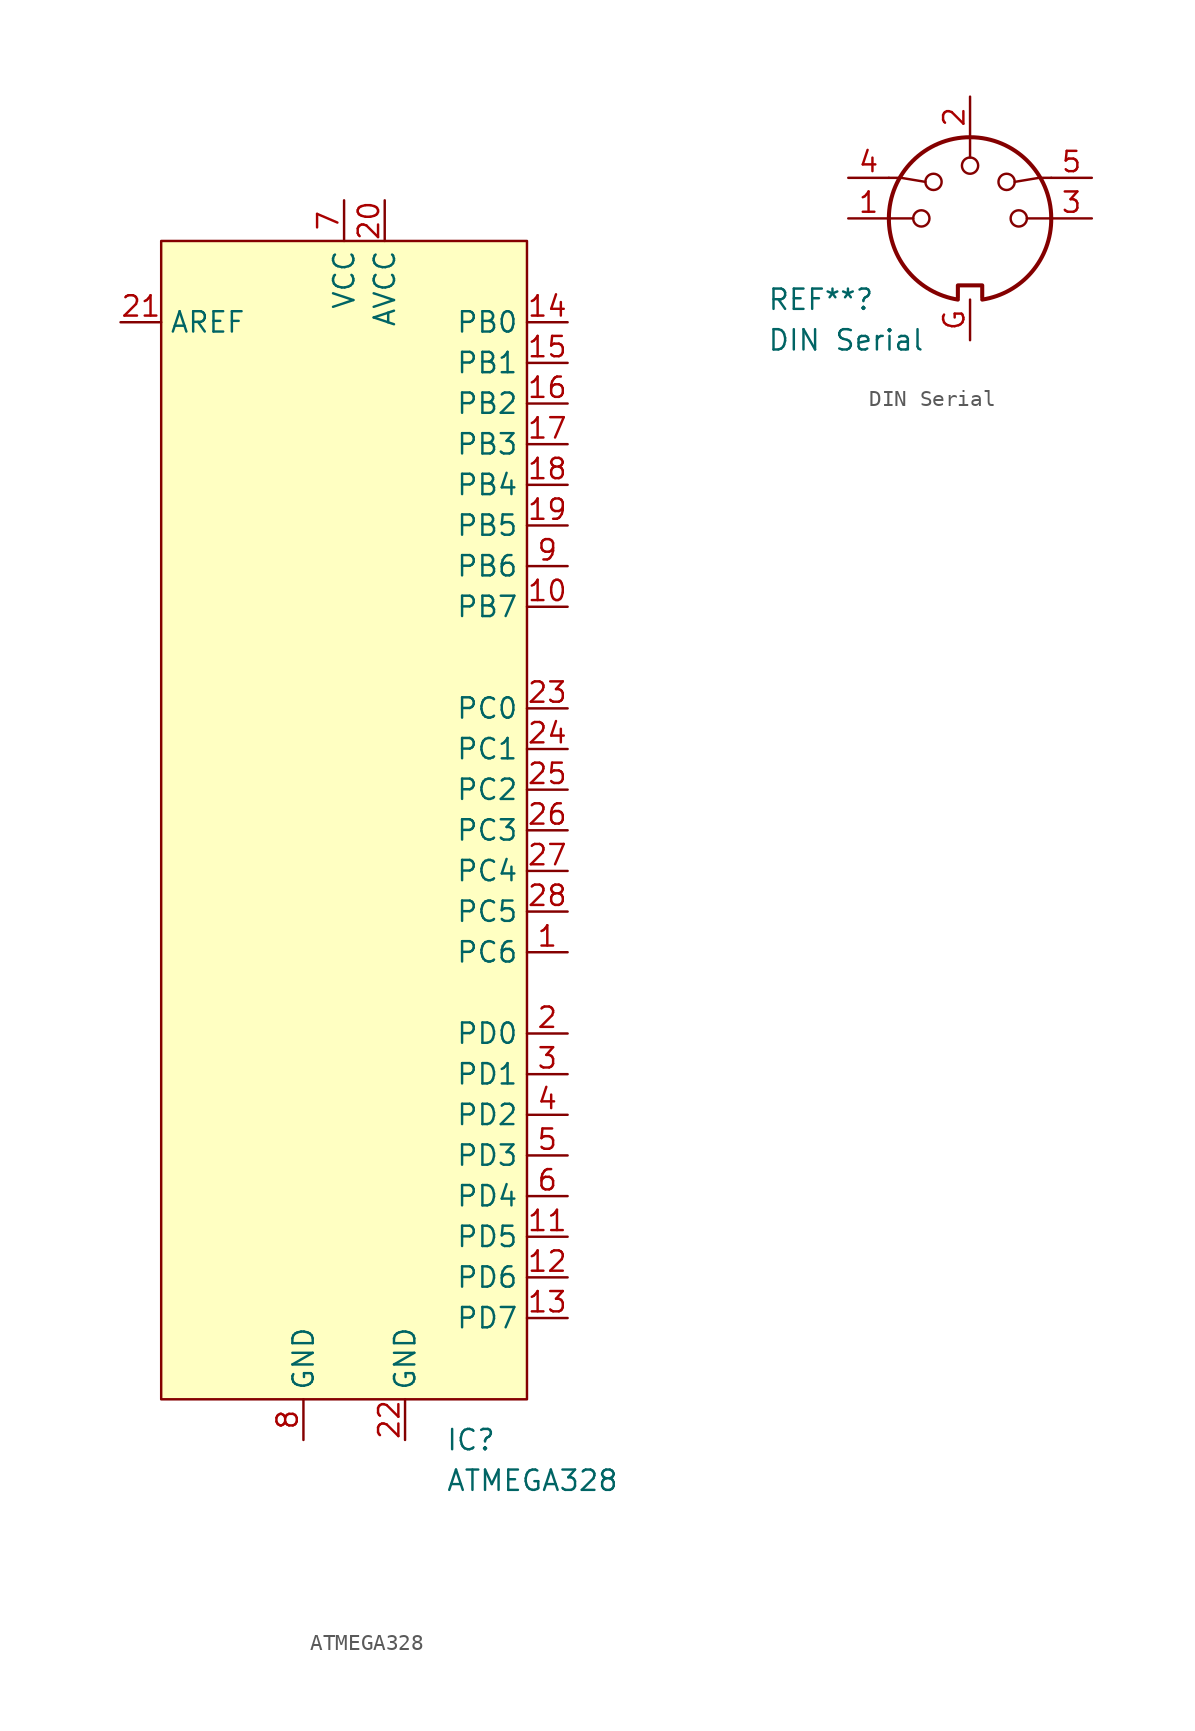
<source format=kicad_sym>
(kicad_symbol_lib
  (version 20231120)
  (generator "kicad_symbol_editor")
  (generator_version "8.0")
  (symbol "ATMEGA328"
    (property "Reference" "IC"
      (at 6.35 -38.1 0)
      (effects (font (size 1.27 1.27)) (justify left)))
    (property "Value" "ATMEGA328"
      (at 6.35 -40.64 0)
      (effects (font (size 1.27 1.27)) (justify left)))
    (symbol "ATMEGA328_0_0"
      (pin bidirectional line (at 13.97 -7.62 180) (length 2.54) (name "PC6" (effects (font (size 1.27 1.27)))) (number "1" (effects (font (size 1.27 1.27)))))
      (pin bidirectional line (at 13.97 13.97 180) (length 2.54) (name "PB7" (effects (font (size 1.27 1.27)))) (number "10" (effects (font (size 1.27 1.27)))))
      (pin bidirectional line (at 13.97 -25.4 180) (length 2.54) (name "PD5" (effects (font (size 1.27 1.27)))) (number "11" (effects (font (size 1.27 1.27)))))
      (pin bidirectional line (at 13.97 -27.94 180) (length 2.54) (name "PD6" (effects (font (size 1.27 1.27)))) (number "12" (effects (font (size 1.27 1.27)))))
      (pin bidirectional line (at 13.97 -30.48 180) (length 2.54) (name "PD7" (effects (font (size 1.27 1.27)))) (number "13" (effects (font (size 1.27 1.27)))))
      (pin bidirectional line (at 13.97 31.75 180) (length 2.54) (name "PB0" (effects (font (size 1.27 1.27)))) (number "14" (effects (font (size 1.27 1.27)))))
      (pin bidirectional line (at 13.97 29.21 180) (length 2.54) (name "PB1" (effects (font (size 1.27 1.27)))) (number "15" (effects (font (size 1.27 1.27)))))
      (pin bidirectional line (at 13.97 26.67 180) (length 2.54) (name "PB2" (effects (font (size 1.27 1.27)))) (number "16" (effects (font (size 1.27 1.27)))))
      (pin bidirectional line (at 13.97 24.13 180) (length 2.54) (name "PB3" (effects (font (size 1.27 1.27)))) (number "17" (effects (font (size 1.27 1.27)))))
      (pin bidirectional line (at 13.97 21.59 180) (length 2.54) (name "PB4" (effects (font (size 1.27 1.27)))) (number "18" (effects (font (size 1.27 1.27)))))
      (pin bidirectional line (at 13.97 19.05 180) (length 2.54) (name "PB5" (effects (font (size 1.27 1.27)))) (number "19" (effects (font (size 1.27 1.27)))))
      (pin bidirectional line (at 13.97 -12.7 180) (length 2.54) (name "PD0" (effects (font (size 1.27 1.27)))) (number "2" (effects (font (size 1.27 1.27)))))
      (pin power_in line (at 2.54 39.37 270) (length 2.54) (name "AVCC" (effects (font (size 1.27 1.27)))) (number "20" (effects (font (size 1.27 1.27)))))
      (pin passive line (at -13.97 31.75 0) (length 2.54) (name "AREF" (effects (font (size 1.27 1.27)))) (number "21" (effects (font (size 1.27 1.27)))))
      (pin power_in line (at 3.81 -38.1 90) (length 2.54) (name "GND" (effects (font (size 1.27 1.27)))) (number "22" (effects (font (size 1.27 1.27)))))
      (pin bidirectional line (at 13.97 7.62 180) (length 2.54) (name "PC0" (effects (font (size 1.27 1.27)))) (number "23" (effects (font (size 1.27 1.27)))))
      (pin bidirectional line (at 13.97 5.08 180) (length 2.54) (name "PC1" (effects (font (size 1.27 1.27)))) (number "24" (effects (font (size 1.27 1.27)))))
      (pin bidirectional line (at 13.97 2.54 180) (length 2.54) (name "PC2" (effects (font (size 1.27 1.27)))) (number "25" (effects (font (size 1.27 1.27)))))
      (pin bidirectional line (at 13.97 0 180) (length 2.54) (name "PC3" (effects (font (size 1.27 1.27)))) (number "26" (effects (font (size 1.27 1.27)))))
      (pin bidirectional line (at 13.97 -2.54 180) (length 2.54) (name "PC4" (effects (font (size 1.27 1.27)))) (number "27" (effects (font (size 1.27 1.27)))))
      (pin bidirectional line (at 13.97 -5.08 180) (length 2.54) (name "PC5" (effects (font (size 1.27 1.27)))) (number "28" (effects (font (size 1.27 1.27)))))
      (pin bidirectional line (at 13.97 -15.24 180) (length 2.54) (name "PD1" (effects (font (size 1.27 1.27)))) (number "3" (effects (font (size 1.27 1.27)))))
      (pin bidirectional line (at 13.97 -17.78 180) (length 2.54) (name "PD2" (effects (font (size 1.27 1.27)))) (number "4" (effects (font (size 1.27 1.27)))))
      (pin bidirectional line (at 13.97 -20.32 180) (length 2.54) (name "PD3" (effects (font (size 1.27 1.27)))) (number "5" (effects (font (size 1.27 1.27)))))
      (pin bidirectional line (at 13.97 -22.86 180) (length 2.54) (name "PD4" (effects (font (size 1.27 1.27)))) (number "6" (effects (font (size 1.27 1.27)))))
      (pin power_in line (at 0 39.37 270) (length 2.54) (name "VCC" (effects (font (size 1.27 1.27)))) (number "7" (effects (font (size 1.27 1.27)))))
      (pin power_in line (at -2.54 -38.1 90) (length 2.54) (name "GND" (effects (font (size 1.27 1.27)))) (number "8" (effects (font (size 1.27 1.27)))))
      (pin bidirectional line (at 13.97 16.51 180) (length 2.54) (name "PB6" (effects (font (size 1.27 1.27)))) (number "9" (effects (font (size 1.27 1.27))))))
    (symbol "ATMEGA328_1_1"
      (rectangle (start -11.43 36.83) (end 11.43 -35.56) (stroke (width 0) (type default)) (fill (type background)))))
  (symbol "DIN Serial"
    (pin_names
      (offset 1.016))
    (property "Reference" "REF**"
      (at -12.7 -5.08 0)
      (effects (font (size 1.27 1.27)) (justify left)))
    (property "Value" "DIN Serial"
      (at -12.7 -7.62 0)
      (effects (font (size 1.27 1.27)) (justify left)))
    (symbol "DIN Serial_0_1"
      (arc (start -5.08 0) (mid -3.8609 -3.3364) (end -0.762 -5.08) (stroke (width 0.254) (type default)) (fill (type none)))
      (circle (center -3.048 0) (radius 0.508) (stroke (width 0) (type default)) (fill (type none)))
      (circle (center -2.286 2.286) (radius 0.508) (stroke (width 0) (type default)) (fill (type none)))
      (polyline (pts (xy -5.08 0) (xy -3.556 0)) (stroke (width 0) (type default)) (fill (type none)))
      (polyline (pts (xy 0 5.08) (xy 0 3.81)) (stroke (width 0) (type default)) (fill (type none)))
      (polyline (pts (xy 5.08 0) (xy 3.556 0)) (stroke (width 0) (type default)) (fill (type none)))
      (polyline (pts (xy -5.08 2.54) (xy -4.318 2.54) (xy -2.794 2.286)) (stroke (width 0) (type default)) (fill (type none)))
      (polyline (pts (xy 5.08 2.54) (xy 4.318 2.54) (xy 2.794 2.286)) (stroke (width 0) (type default)) (fill (type none)))
      (polyline (pts (xy -0.762 -4.953) (xy -0.762 -4.191) (xy 0.762 -4.191) (xy 0.762 -4.953)) (stroke (width 0.254) (type default)) (fill (type none)))
      (circle (center 0 3.302) (radius 0.508) (stroke (width 0) (type default)) (fill (type none)))
      (arc (start 0.762 -5.08) (mid 3.8685 -3.343) (end 5.08 0) (stroke (width 0.254) (type default)) (fill (type none)))
      (circle (center 2.286 2.286) (radius 0.508) (stroke (width 0) (type default)) (fill (type none)))
      (circle (center 3.048 0) (radius 0.508) (stroke (width 0) (type default)) (fill (type none)))
      (arc (start 5.08 0) (mid 0 5.0579) (end -5.08 0) (stroke (width 0.254) (type default)) (fill (type none))))
    (symbol "DIN Serial_1_1"
      (pin passive line (at -7.62 0 0) (length 2.54) (name "~" (effects (font (size 1.27 1.27)))) (number "1" (effects (font (size 1.27 1.27)))))
      (pin passive line (at 0 7.62 270) (length 2.54) (name "~" (effects (font (size 1.27 1.27)))) (number "2" (effects (font (size 1.27 1.27)))))
      (pin passive line (at 7.62 0 180) (length 2.54) (name "~" (effects (font (size 1.27 1.27)))) (number "3" (effects (font (size 1.27 1.27)))))
      (pin passive line (at -7.62 2.54 0) (length 2.54) (name "~" (effects (font (size 1.27 1.27)))) (number "4" (effects (font (size 1.27 1.27)))))
      (pin passive line (at 7.62 2.54 180) (length 2.54) (name "~" (effects (font (size 1.27 1.27)))) (number "5" (effects (font (size 1.27 1.27)))))
      (pin passive line (at 0 -7.62 90) (length 2.54) (name "~" (effects (font (size 1.27 1.27)))) (number "G" (effects (font (size 1.27 1.27))))))))
</source>
